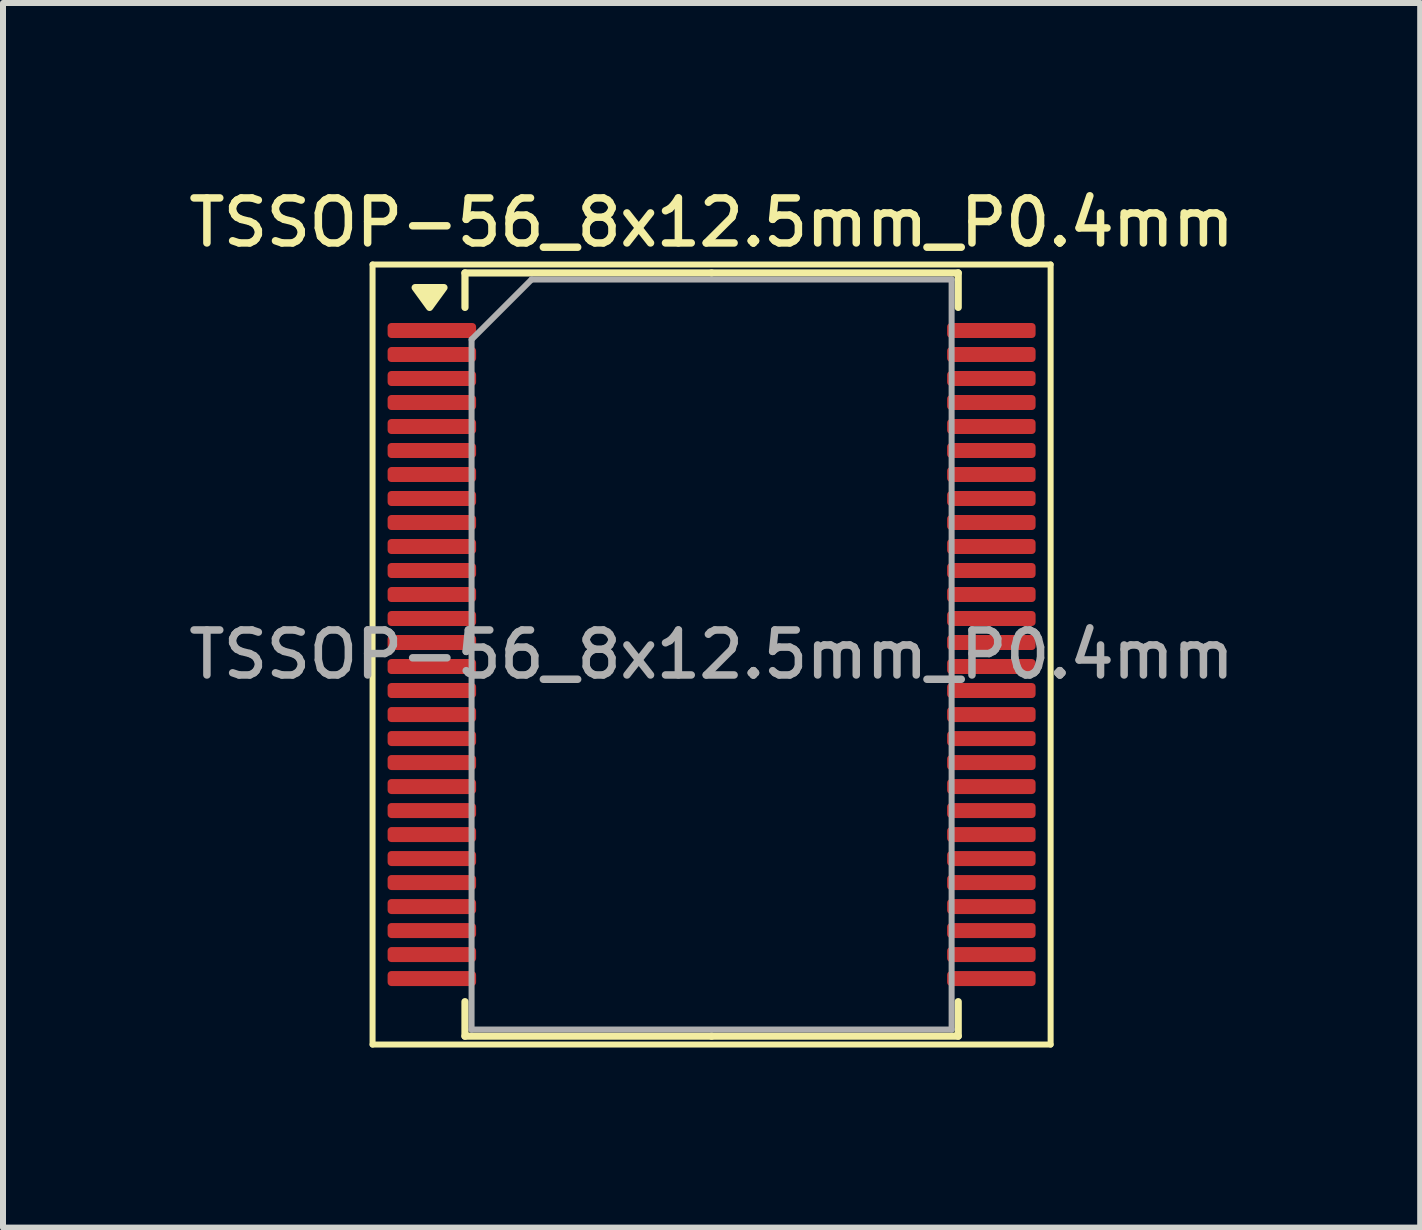
<source format=kicad_pcb>
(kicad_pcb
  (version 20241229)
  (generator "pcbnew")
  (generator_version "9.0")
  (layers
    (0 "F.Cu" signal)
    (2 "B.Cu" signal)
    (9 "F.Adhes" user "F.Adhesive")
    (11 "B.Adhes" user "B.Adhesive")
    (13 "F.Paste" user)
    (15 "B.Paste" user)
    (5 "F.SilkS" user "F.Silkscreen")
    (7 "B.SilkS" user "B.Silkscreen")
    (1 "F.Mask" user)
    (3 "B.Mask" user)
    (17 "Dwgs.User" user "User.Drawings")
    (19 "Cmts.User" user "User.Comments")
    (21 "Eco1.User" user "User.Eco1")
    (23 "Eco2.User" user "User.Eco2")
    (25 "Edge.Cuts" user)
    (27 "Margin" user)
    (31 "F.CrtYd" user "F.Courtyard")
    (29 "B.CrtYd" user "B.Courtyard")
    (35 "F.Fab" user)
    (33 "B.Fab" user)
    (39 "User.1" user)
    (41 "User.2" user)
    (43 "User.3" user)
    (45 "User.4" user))
  (footprint "TSSOP-56_8x12.5mm_P0.4mm"
    (layer "F.Cu")
    (at 8.809 7.858)
    (property "Reference" "TSSOP-56_8x12.5mm_P0.4mm" (at 0 -7.2 0) (layer "F.SilkS") (effects (font (size 0.75 0.75) (thickness 0.125))))
    (attr smd)
    (fp_line (start -5.65 -6.5) (end -5.65 6.5) (stroke (width 0.1) (type solid)) (layer "F.SilkS"))
    (fp_line (start -5.65 6.5) (end 5.65 6.5) (stroke (width 0.1) (type solid)) (layer "F.SilkS"))
    (fp_line (start -4.11 -6.36) (end -4.11 -5.785) (stroke (width 0.12) (type solid)) (layer "F.SilkS"))
    (fp_line (start -4.11 6.36) (end -4.11 5.785) (stroke (width 0.12) (type solid)) (layer "F.SilkS"))
    (fp_line (start 0 -6.36) (end -4.11 -6.36) (stroke (width 0.12) (type solid)) (layer "F.SilkS"))
    (fp_line (start 0 -6.36) (end 4.11 -6.36) (stroke (width 0.12) (type solid)) (layer "F.SilkS"))
    (fp_line (start 0 6.36) (end -4.11 6.36) (stroke (width 0.12) (type solid)) (layer "F.SilkS"))
    (fp_line (start 0 6.36) (end 4.11 6.36) (stroke (width 0.12) (type solid)) (layer "F.SilkS"))
    (fp_line (start 4.11 -6.36) (end 4.11 -5.785) (stroke (width 0.12) (type solid)) (layer "F.SilkS"))
    (fp_line (start 4.11 6.36) (end 4.11 5.785) (stroke (width 0.12) (type solid)) (layer "F.SilkS"))
    (fp_line (start 5.65 -6.5) (end -5.65 -6.5) (stroke (width 0.1) (type solid)) (layer "F.SilkS"))
    (fp_line (start 5.65 6.5) (end 5.65 -6.5) (stroke (width 0.1) (type solid)) (layer "F.SilkS"))
    (fp_poly (pts (xy -4.7 -5.785) (xy -4.94 -6.115) (xy -4.46 -6.115) (xy -4.7 -5.785)) (stroke (width 0.12) (type solid)) (fill yes) (layer "F.SilkS"))
    (fp_line (start -4 -5.25) (end -3 -6.25) (stroke (width 0.1) (type solid)) (layer "F.Fab"))
    (fp_line (start -4 6.25) (end -4 -5.25) (stroke (width 0.1) (type solid)) (layer "F.Fab"))
    (fp_line (start -3 -6.25) (end 4 -6.25) (stroke (width 0.1) (type solid)) (layer "F.Fab"))
    (fp_line (start 4 -6.25) (end 4 6.25) (stroke (width 0.1) (type solid)) (layer "F.Fab"))
    (fp_line (start 4 6.25) (end -4 6.25) (stroke (width 0.1) (type solid)) (layer "F.Fab"))
    (fp_text user "${REFERENCE}" (at 0 0 0) (layer "F.Fab") (effects (font (size 0.75 0.75) (thickness 0.125))))
    (pad "1" smd roundrect (at -4.662 -5.4) (size 1.475 0.25) (layers "F.Cu" "F.Mask" "F.Paste") (roundrect_rratio 0.25))
    (pad "2" smd roundrect (at -4.662 -5) (size 1.475 0.25) (layers "F.Cu" "F.Mask" "F.Paste") (roundrect_rratio 0.25))
    (pad "3" smd roundrect (at -4.662 -4.6) (size 1.475 0.25) (layers "F.Cu" "F.Mask" "F.Paste") (roundrect_rratio 0.25))
    (pad "4" smd roundrect (at -4.662 -4.2) (size 1.475 0.25) (layers "F.Cu" "F.Mask" "F.Paste") (roundrect_rratio 0.25))
    (pad "5" smd roundrect (at -4.662 -3.8) (size 1.475 0.25) (layers "F.Cu" "F.Mask" "F.Paste") (roundrect_rratio 0.25))
    (pad "6" smd roundrect (at -4.662 -3.4) (size 1.475 0.25) (layers "F.Cu" "F.Mask" "F.Paste") (roundrect_rratio 0.25))
    (pad "7" smd roundrect (at -4.662 -3) (size 1.475 0.25) (layers "F.Cu" "F.Mask" "F.Paste") (roundrect_rratio 0.25))
    (pad "8" smd roundrect (at -4.662 -2.6) (size 1.475 0.25) (layers "F.Cu" "F.Mask" "F.Paste") (roundrect_rratio 0.25))
    (pad "9" smd roundrect (at -4.662 -2.2) (size 1.475 0.25) (layers "F.Cu" "F.Mask" "F.Paste") (roundrect_rratio 0.25))
    (pad "10" smd roundrect (at -4.662 -1.8) (size 1.475 0.25) (layers "F.Cu" "F.Mask" "F.Paste") (roundrect_rratio 0.25))
    (pad "11" smd roundrect (at -4.662 -1.4) (size 1.475 0.25) (layers "F.Cu" "F.Mask" "F.Paste") (roundrect_rratio 0.25))
    (pad "12" smd roundrect (at -4.662 -1) (size 1.475 0.25) (layers "F.Cu" "F.Mask" "F.Paste") (roundrect_rratio 0.25))
    (pad "13" smd roundrect (at -4.662 -0.6) (size 1.475 0.25) (layers "F.Cu" "F.Mask" "F.Paste") (roundrect_rratio 0.25))
    (pad "14" smd roundrect (at -4.662 -0.2) (size 1.475 0.25) (layers "F.Cu" "F.Mask" "F.Paste") (roundrect_rratio 0.25))
    (pad "15" smd roundrect (at -4.662 0.2) (size 1.475 0.25) (layers "F.Cu" "F.Mask" "F.Paste") (roundrect_rratio 0.25))
    (pad "16" smd roundrect (at -4.662 0.6) (size 1.475 0.25) (layers "F.Cu" "F.Mask" "F.Paste") (roundrect_rratio 0.25))
    (pad "17" smd roundrect (at -4.662 1) (size 1.475 0.25) (layers "F.Cu" "F.Mask" "F.Paste") (roundrect_rratio 0.25))
    (pad "18" smd roundrect (at -4.662 1.4) (size 1.475 0.25) (layers "F.Cu" "F.Mask" "F.Paste") (roundrect_rratio 0.25))
    (pad "19" smd roundrect (at -4.662 1.8) (size 1.475 0.25) (layers "F.Cu" "F.Mask" "F.Paste") (roundrect_rratio 0.25))
    (pad "20" smd roundrect (at -4.662 2.2) (size 1.475 0.25) (layers "F.Cu" "F.Mask" "F.Paste") (roundrect_rratio 0.25))
    (pad "21" smd roundrect (at -4.662 2.6) (size 1.475 0.25) (layers "F.Cu" "F.Mask" "F.Paste") (roundrect_rratio 0.25))
    (pad "22" smd roundrect (at -4.662 3) (size 1.475 0.25) (layers "F.Cu" "F.Mask" "F.Paste") (roundrect_rratio 0.25))
    (pad "23" smd roundrect (at -4.662 3.4) (size 1.475 0.25) (layers "F.Cu" "F.Mask" "F.Paste") (roundrect_rratio 0.25))
    (pad "24" smd roundrect (at -4.662 3.8) (size 1.475 0.25) (layers "F.Cu" "F.Mask" "F.Paste") (roundrect_rratio 0.25))
    (pad "25" smd roundrect (at -4.662 4.2) (size 1.475 0.25) (layers "F.Cu" "F.Mask" "F.Paste") (roundrect_rratio 0.25))
    (pad "26" smd roundrect (at -4.662 4.6) (size 1.475 0.25) (layers "F.Cu" "F.Mask" "F.Paste") (roundrect_rratio 0.25))
    (pad "27" smd roundrect (at -4.662 5) (size 1.475 0.25) (layers "F.Cu" "F.Mask" "F.Paste") (roundrect_rratio 0.25))
    (pad "28" smd roundrect (at -4.662 5.4) (size 1.475 0.25) (layers "F.Cu" "F.Mask" "F.Paste") (roundrect_rratio 0.25))
    (pad "29" smd roundrect (at 4.662 5.4) (size 1.475 0.25) (layers "F.Cu" "F.Mask" "F.Paste") (roundrect_rratio 0.25))
    (pad "30" smd roundrect (at 4.662 5) (size 1.475 0.25) (layers "F.Cu" "F.Mask" "F.Paste") (roundrect_rratio 0.25))
    (pad "31" smd roundrect (at 4.662 4.6) (size 1.475 0.25) (layers "F.Cu" "F.Mask" "F.Paste") (roundrect_rratio 0.25))
    (pad "32" smd roundrect (at 4.662 4.2) (size 1.475 0.25) (layers "F.Cu" "F.Mask" "F.Paste") (roundrect_rratio 0.25))
    (pad "33" smd roundrect (at 4.662 3.8) (size 1.475 0.25) (layers "F.Cu" "F.Mask" "F.Paste") (roundrect_rratio 0.25))
    (pad "34" smd roundrect (at 4.662 3.4) (size 1.475 0.25) (layers "F.Cu" "F.Mask" "F.Paste") (roundrect_rratio 0.25))
    (pad "35" smd roundrect (at 4.662 3) (size 1.475 0.25) (layers "F.Cu" "F.Mask" "F.Paste") (roundrect_rratio 0.25))
    (pad "36" smd roundrect (at 4.662 2.6) (size 1.475 0.25) (layers "F.Cu" "F.Mask" "F.Paste") (roundrect_rratio 0.25))
    (pad "37" smd roundrect (at 4.662 2.2) (size 1.475 0.25) (layers "F.Cu" "F.Mask" "F.Paste") (roundrect_rratio 0.25))
    (pad "38" smd roundrect (at 4.662 1.8) (size 1.475 0.25) (layers "F.Cu" "F.Mask" "F.Paste") (roundrect_rratio 0.25))
    (pad "39" smd roundrect (at 4.662 1.4) (size 1.475 0.25) (layers "F.Cu" "F.Mask" "F.Paste") (roundrect_rratio 0.25))
    (pad "40" smd roundrect (at 4.662 1) (size 1.475 0.25) (layers "F.Cu" "F.Mask" "F.Paste") (roundrect_rratio 0.25))
    (pad "41" smd roundrect (at 4.662 0.6) (size 1.475 0.25) (layers "F.Cu" "F.Mask" "F.Paste") (roundrect_rratio 0.25))
    (pad "42" smd roundrect (at 4.662 0.2) (size 1.475 0.25) (layers "F.Cu" "F.Mask" "F.Paste") (roundrect_rratio 0.25))
    (pad "43" smd roundrect (at 4.662 -0.2) (size 1.475 0.25) (layers "F.Cu" "F.Mask" "F.Paste") (roundrect_rratio 0.25))
    (pad "44" smd roundrect (at 4.662 -0.6) (size 1.475 0.25) (layers "F.Cu" "F.Mask" "F.Paste") (roundrect_rratio 0.25))
    (pad "45" smd roundrect (at 4.662 -1) (size 1.475 0.25) (layers "F.Cu" "F.Mask" "F.Paste") (roundrect_rratio 0.25))
    (pad "46" smd roundrect (at 4.662 -1.4) (size 1.475 0.25) (layers "F.Cu" "F.Mask" "F.Paste") (roundrect_rratio 0.25))
    (pad "47" smd roundrect (at 4.662 -1.8) (size 1.475 0.25) (layers "F.Cu" "F.Mask" "F.Paste") (roundrect_rratio 0.25))
    (pad "48" smd roundrect (at 4.662 -2.2) (size 1.475 0.25) (layers "F.Cu" "F.Mask" "F.Paste") (roundrect_rratio 0.25))
    (pad "49" smd roundrect (at 4.662 -2.6) (size 1.475 0.25) (layers "F.Cu" "F.Mask" "F.Paste") (roundrect_rratio 0.25))
    (pad "50" smd roundrect (at 4.662 -3) (size 1.475 0.25) (layers "F.Cu" "F.Mask" "F.Paste") (roundrect_rratio 0.25))
    (pad "51" smd roundrect (at 4.662 -3.4) (size 1.475 0.25) (layers "F.Cu" "F.Mask" "F.Paste") (roundrect_rratio 0.25))
    (pad "52" smd roundrect (at 4.662 -3.8) (size 1.475 0.25) (layers "F.Cu" "F.Mask" "F.Paste") (roundrect_rratio 0.25))
    (pad "53" smd roundrect (at 4.662 -4.2) (size 1.475 0.25) (layers "F.Cu" "F.Mask" "F.Paste") (roundrect_rratio 0.25))
    (pad "54" smd roundrect (at 4.662 -4.6) (size 1.475 0.25) (layers "F.Cu" "F.Mask" "F.Paste") (roundrect_rratio 0.25))
    (pad "55" smd roundrect (at 4.662 -5) (size 1.475 0.25) (layers "F.Cu" "F.Mask" "F.Paste") (roundrect_rratio 0.25))
    (pad "56" smd roundrect (at 4.662 -5.4) (size 1.475 0.25) (layers "F.Cu" "F.Mask" "F.Paste") (roundrect_rratio 0.25)))
  (gr_rect
    (start -3 -3)
    (end 20.618 17.408)
    (stroke (width 0.1) (type default))
    (fill no)
    (layer "Edge.Cuts")))
</source>
